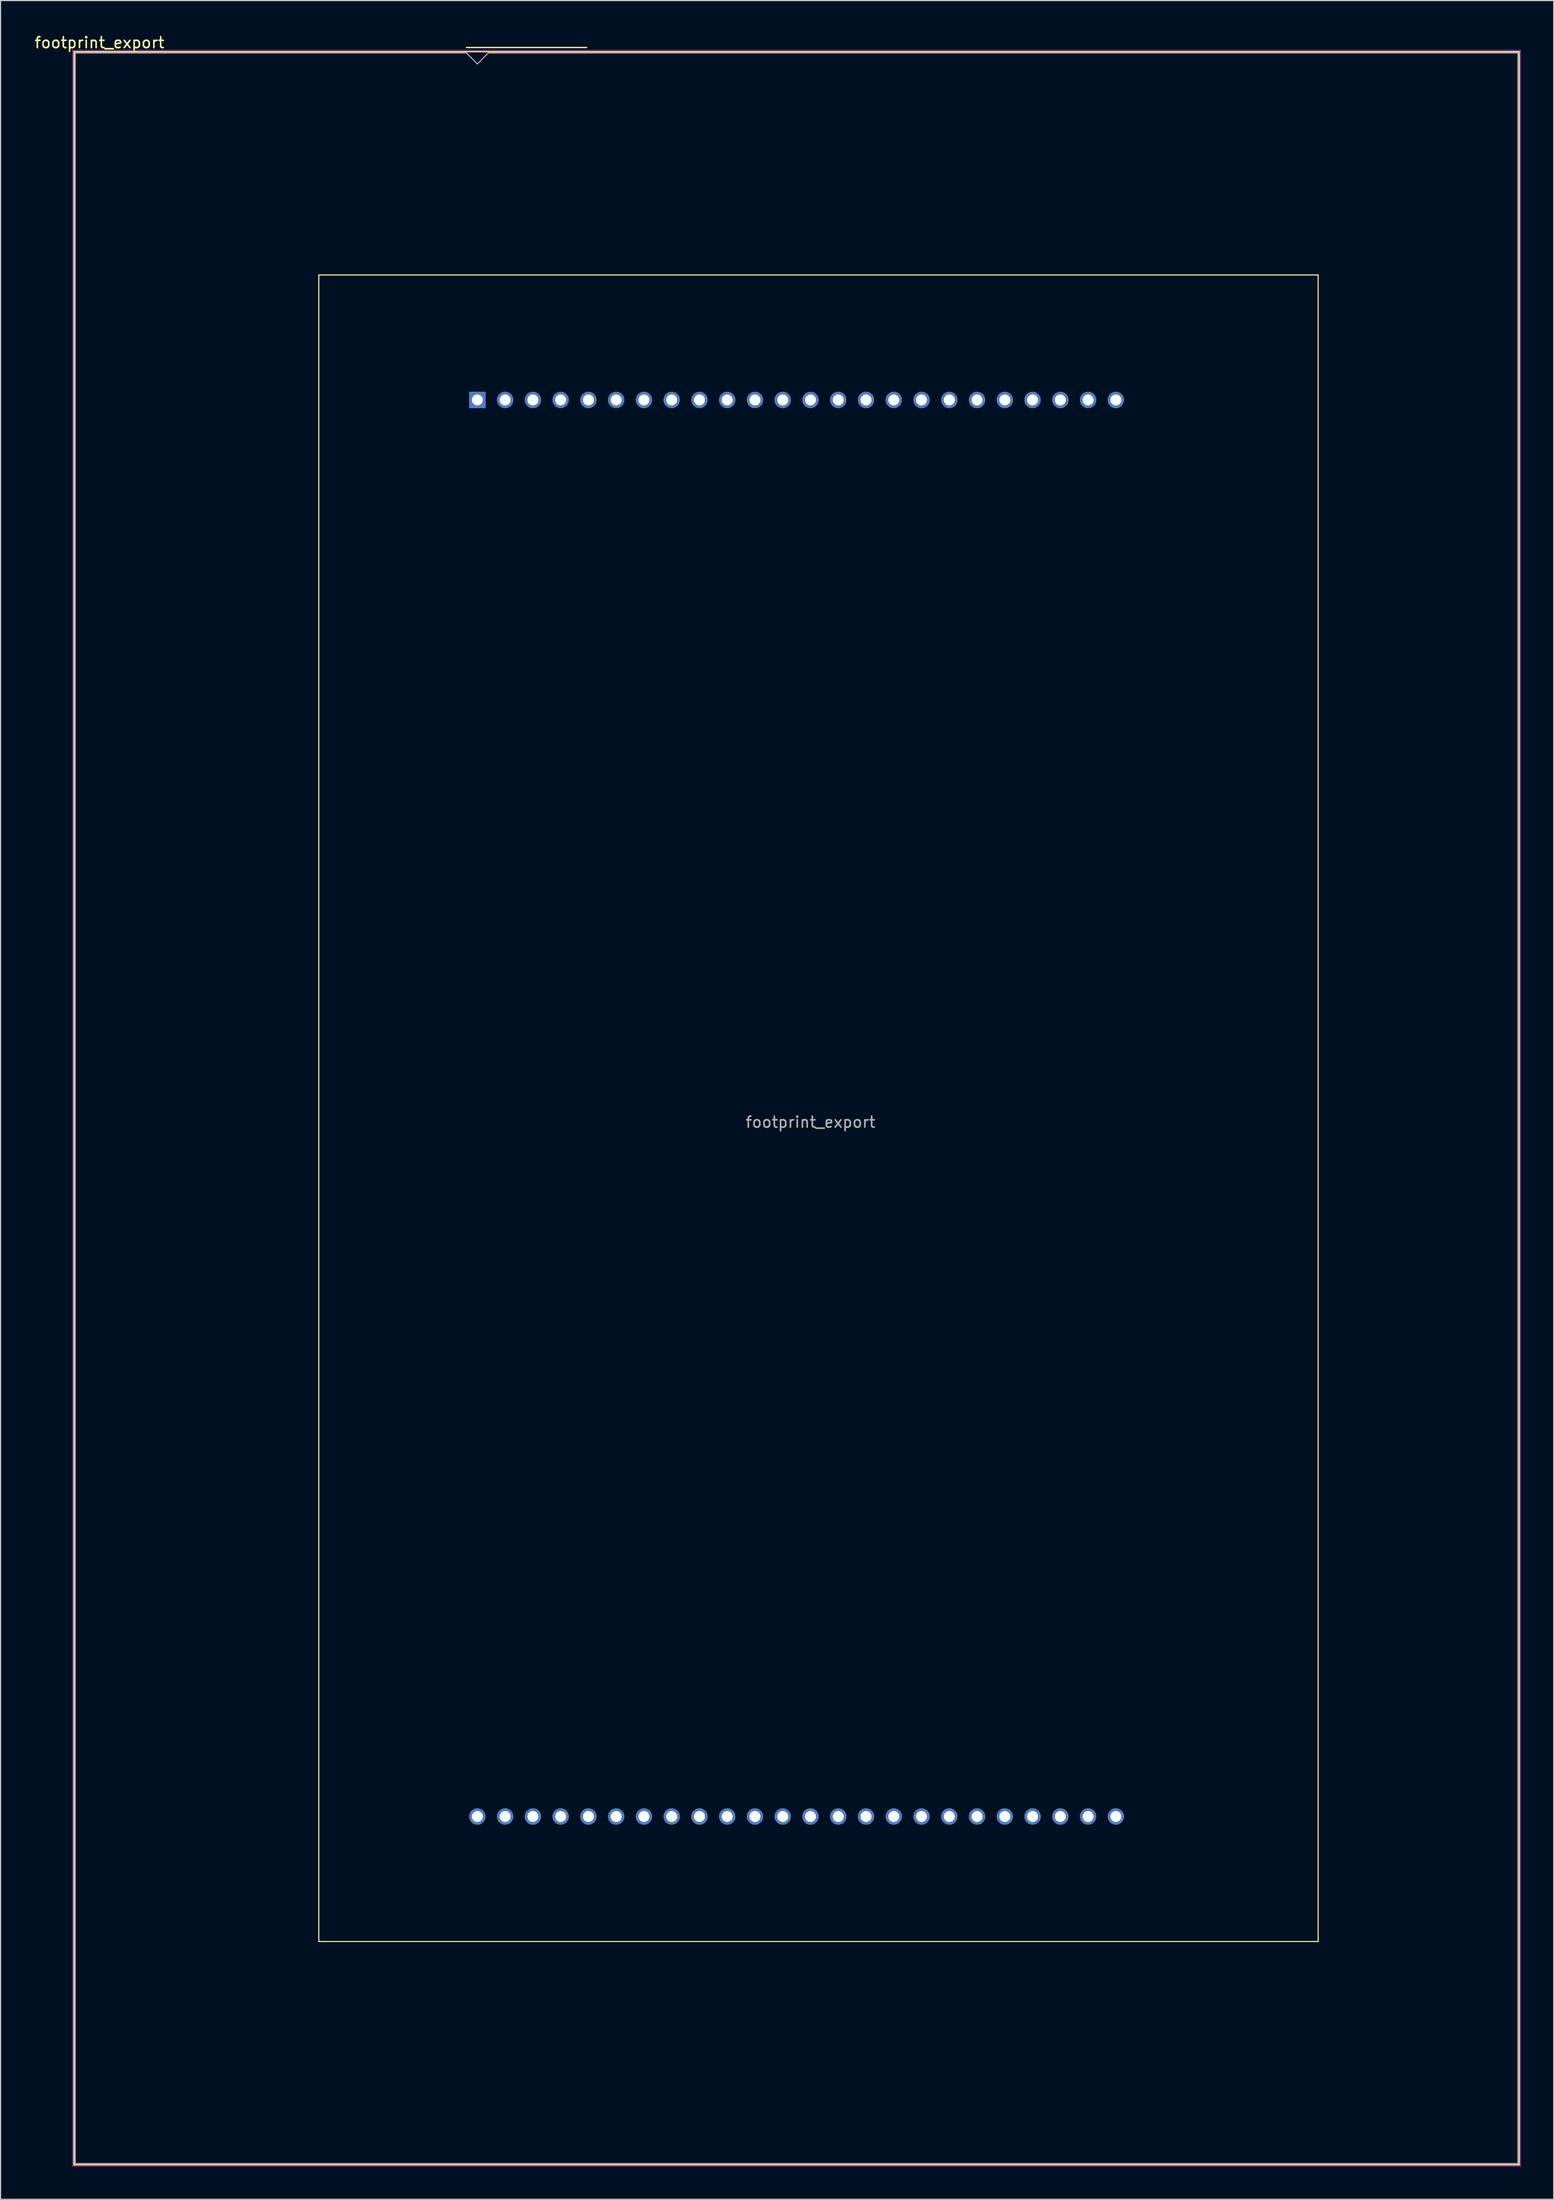
<source format=kicad_pcb>
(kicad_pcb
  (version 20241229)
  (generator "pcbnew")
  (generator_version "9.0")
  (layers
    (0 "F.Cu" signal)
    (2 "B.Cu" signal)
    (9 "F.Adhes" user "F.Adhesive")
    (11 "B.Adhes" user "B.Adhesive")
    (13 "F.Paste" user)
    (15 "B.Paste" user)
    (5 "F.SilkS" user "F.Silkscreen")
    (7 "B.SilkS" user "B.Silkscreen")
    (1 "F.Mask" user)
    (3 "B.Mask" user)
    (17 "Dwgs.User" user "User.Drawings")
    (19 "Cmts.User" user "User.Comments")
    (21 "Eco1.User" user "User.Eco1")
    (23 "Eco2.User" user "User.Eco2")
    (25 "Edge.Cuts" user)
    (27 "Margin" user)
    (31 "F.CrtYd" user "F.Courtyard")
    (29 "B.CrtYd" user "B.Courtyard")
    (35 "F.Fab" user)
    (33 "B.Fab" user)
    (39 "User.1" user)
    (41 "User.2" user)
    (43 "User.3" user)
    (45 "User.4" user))
  (footprint "footprint_export"
    (layer "F.Cu")
    (at 40.629 33.523)
    (property "Reference" "footprint_export" (at -34.575 -32.675 0) (layer "F.SilkS") (effects (font (size 1 1) (thickness 0.15))))
    (attr through_hole)
    (fp_line (start -36.91 -31.85) (end 95.33 -31.85) (stroke (width 0.12) (type solid)) (layer "F.SilkS"))
    (fp_line (start -36.91 161.39) (end -36.91 -31.85) (stroke (width 0.12) (type solid)) (layer "F.SilkS"))
    (fp_line (start -14.51 -11.43) (end -14.51 140.97) (stroke (width 0.1) (type solid)) (layer "F.SilkS"))
    (fp_line (start -14.51 140.97) (end 76.93 140.97) (stroke (width 0.1) (type solid)) (layer "F.SilkS"))
    (fp_line (start -1 -32.23) (end 10 -32.23) (stroke (width 0.12) (type solid)) (layer "F.SilkS"))
    (fp_line (start 76.93 -11.43) (end -14.51 -11.43) (stroke (width 0.1) (type solid)) (layer "F.SilkS"))
    (fp_line (start 76.93 140.97) (end 76.93 -11.43) (stroke (width 0.1) (type solid)) (layer "F.SilkS"))
    (fp_line (start 95.33 -31.85) (end 95.33 161.39) (stroke (width 0.12) (type solid)) (layer "F.SilkS"))
    (fp_line (start 95.33 161.39) (end -36.91 161.39) (stroke (width 0.12) (type solid)) (layer "F.SilkS"))
    (fp_line (start -37.04 -31.98) (end 95.46 -31.98) (stroke (width 0.05) (type solid)) (layer "F.CrtYd"))
    (fp_line (start -37.04 161.52) (end -37.04 -31.98) (stroke (width 0.05) (type solid)) (layer "F.CrtYd"))
    (fp_line (start 95.46 -31.98) (end 95.46 161.52) (stroke (width 0.05) (type solid)) (layer "F.CrtYd"))
    (fp_line (start 95.46 161.52) (end -37.04 161.52) (stroke (width 0.05) (type solid)) (layer "F.CrtYd"))
    (fp_line (start -36.79 -31.73) (end -1 -31.73) (stroke (width 0.1) (type solid)) (layer "F.Fab"))
    (fp_line (start -36.79 161.27) (end -36.79 -31.73) (stroke (width 0.1) (type solid)) (layer "F.Fab"))
    (fp_line (start -1 -31.73) (end 0 -30.73) (stroke (width 0.1) (type solid)) (layer "F.Fab"))
    (fp_line (start 0 -30.73) (end 1 -31.73) (stroke (width 0.1) (type solid)) (layer "F.Fab"))
    (fp_line (start 1 -31.73) (end 95.21 -31.73) (stroke (width 0.1) (type solid)) (layer "F.Fab"))
    (fp_line (start 95.21 -31.73) (end 95.21 161.27) (stroke (width 0.1) (type solid)) (layer "F.Fab"))
    (fp_line (start 95.21 161.27) (end -36.79 161.27) (stroke (width 0.1) (type solid)) (layer "F.Fab"))
    (fp_text user "${REFERENCE}" (at 30.48 66.04 0) (layer "F.Fab") (effects (font (size 1 1) (thickness 0.15))))
    (pad "1" thru_hole rect (at 0 0) (size 1.5 1.5) (drill 1) (layers "*.Cu" "*.Mask"))
    (pad "2" thru_hole circle (at 2.54 0) (size 1.5 1.5) (drill 1) (layers "*.Cu" "*.Mask"))
    (pad "3" thru_hole circle (at 5.08 0) (size 1.5 1.5) (drill 1) (layers "*.Cu" "*.Mask"))
    (pad "4" thru_hole circle (at 7.62 0) (size 1.5 1.5) (drill 1) (layers "*.Cu" "*.Mask"))
    (pad "5" thru_hole circle (at 10.16 0) (size 1.5 1.5) (drill 1) (layers "*.Cu" "*.Mask"))
    (pad "6" thru_hole circle (at 12.7 0) (size 1.5 1.5) (drill 1) (layers "*.Cu" "*.Mask"))
    (pad "7" thru_hole circle (at 15.24 0) (size 1.5 1.5) (drill 1) (layers "*.Cu" "*.Mask"))
    (pad "8" thru_hole circle (at 17.78 0) (size 1.5 1.5) (drill 1) (layers "*.Cu" "*.Mask"))
    (pad "9" thru_hole circle (at 20.32 0) (size 1.5 1.5) (drill 1) (layers "*.Cu" "*.Mask"))
    (pad "10" thru_hole circle (at 22.86 0) (size 1.5 1.5) (drill 1) (layers "*.Cu" "*.Mask"))
    (pad "11" thru_hole circle (at 25.4 0) (size 1.5 1.5) (drill 1) (layers "*.Cu" "*.Mask"))
    (pad "12" thru_hole circle (at 27.94 0) (size 1.5 1.5) (drill 1) (layers "*.Cu" "*.Mask"))
    (pad "13" thru_hole circle (at 30.48 0) (size 1.5 1.5) (drill 1) (layers "*.Cu" "*.Mask"))
    (pad "14" thru_hole circle (at 33.02 0) (size 1.5 1.5) (drill 1) (layers "*.Cu" "*.Mask"))
    (pad "15" thru_hole circle (at 35.56 0) (size 1.5 1.5) (drill 1) (layers "*.Cu" "*.Mask"))
    (pad "16" thru_hole circle (at 38.1 0) (size 1.5 1.5) (drill 1) (layers "*.Cu" "*.Mask"))
    (pad "17" thru_hole circle (at 40.64 0) (size 1.5 1.5) (drill 1) (layers "*.Cu" "*.Mask"))
    (pad "18" thru_hole circle (at 43.18 0) (size 1.5 1.5) (drill 1) (layers "*.Cu" "*.Mask"))
    (pad "19" thru_hole circle (at 45.72 0) (size 1.5 1.5) (drill 1) (layers "*.Cu" "*.Mask"))
    (pad "20" thru_hole circle (at 48.26 0) (size 1.5 1.5) (drill 1) (layers "*.Cu" "*.Mask"))
    (pad "21" thru_hole circle (at 50.8 0) (size 1.5 1.5) (drill 1) (layers "*.Cu" "*.Mask"))
    (pad "22" thru_hole circle (at 53.34 0) (size 1.5 1.5) (drill 1) (layers "*.Cu" "*.Mask"))
    (pad "23" thru_hole circle (at 55.88 0) (size 1.5 1.5) (drill 1) (layers "*.Cu" "*.Mask"))
    (pad "24" thru_hole circle (at 58.42 0) (size 1.5 1.5) (drill 1) (layers "*.Cu" "*.Mask"))
    (pad "25" thru_hole circle (at 58.42 129.54) (size 1.5 1.5) (drill 1) (layers "*.Cu" "*.Mask"))
    (pad "26" thru_hole circle (at 55.88 129.54) (size 1.5 1.5) (drill 1) (layers "*.Cu" "*.Mask"))
    (pad "27" thru_hole circle (at 53.34 129.54) (size 1.5 1.5) (drill 1) (layers "*.Cu" "*.Mask"))
    (pad "28" thru_hole circle (at 50.8 129.54) (size 1.5 1.5) (drill 1) (layers "*.Cu" "*.Mask"))
    (pad "29" thru_hole circle (at 48.26 129.54) (size 1.5 1.5) (drill 1) (layers "*.Cu" "*.Mask"))
    (pad "30" thru_hole circle (at 45.72 129.54) (size 1.5 1.5) (drill 1) (layers "*.Cu" "*.Mask"))
    (pad "31" thru_hole circle (at 43.18 129.54) (size 1.5 1.5) (drill 1) (layers "*.Cu" "*.Mask"))
    (pad "32" thru_hole circle (at 40.64 129.54) (size 1.5 1.5) (drill 1) (layers "*.Cu" "*.Mask"))
    (pad "33" thru_hole circle (at 38.1 129.54) (size 1.5 1.5) (drill 1) (layers "*.Cu" "*.Mask"))
    (pad "34" thru_hole circle (at 35.56 129.54) (size 1.5 1.5) (drill 1) (layers "*.Cu" "*.Mask"))
    (pad "35" thru_hole circle (at 33.02 129.54) (size 1.5 1.5) (drill 1) (layers "*.Cu" "*.Mask"))
    (pad "36" thru_hole circle (at 30.48 129.54) (size 1.5 1.5) (drill 1) (layers "*.Cu" "*.Mask"))
    (pad "37" thru_hole circle (at 27.94 129.54) (size 1.5 1.5) (drill 1) (layers "*.Cu" "*.Mask"))
    (pad "38" thru_hole circle (at 25.4 129.54) (size 1.5 1.5) (drill 1) (layers "*.Cu" "*.Mask"))
    (pad "39" thru_hole circle (at 22.86 129.54) (size 1.5 1.5) (drill 1) (layers "*.Cu" "*.Mask"))
    (pad "40" thru_hole circle (at 20.32 129.54) (size 1.5 1.5) (drill 1) (layers "*.Cu" "*.Mask"))
    (pad "41" thru_hole circle (at 17.78 129.54) (size 1.5 1.5) (drill 1) (layers "*.Cu" "*.Mask"))
    (pad "42" thru_hole circle (at 15.24 129.54) (size 1.5 1.5) (drill 1) (layers "*.Cu" "*.Mask"))
    (pad "43" thru_hole circle (at 12.7 129.54) (size 1.5 1.5) (drill 1) (layers "*.Cu" "*.Mask"))
    (pad "44" thru_hole circle (at 10.16 129.54) (size 1.5 1.5) (drill 1) (layers "*.Cu" "*.Mask"))
    (pad "45" thru_hole circle (at 7.62 129.54) (size 1.5 1.5) (drill 1) (layers "*.Cu" "*.Mask"))
    (pad "46" thru_hole circle (at 5.08 129.54) (size 1.5 1.5) (drill 1) (layers "*.Cu" "*.Mask"))
    (pad "47" thru_hole circle (at 2.54 129.54) (size 1.5 1.5) (drill 1) (layers "*.Cu" "*.Mask"))
    (pad "48" thru_hole circle (at 0 129.54) (size 1.5 1.5) (drill 1) (layers "*.Cu" "*.Mask")))
  (gr_rect
    (start -3 -3)
    (end 139.114 198.068)
    (stroke (width 0.1) (type default))
    (fill no)
    (layer "Edge.Cuts")))
</source>
